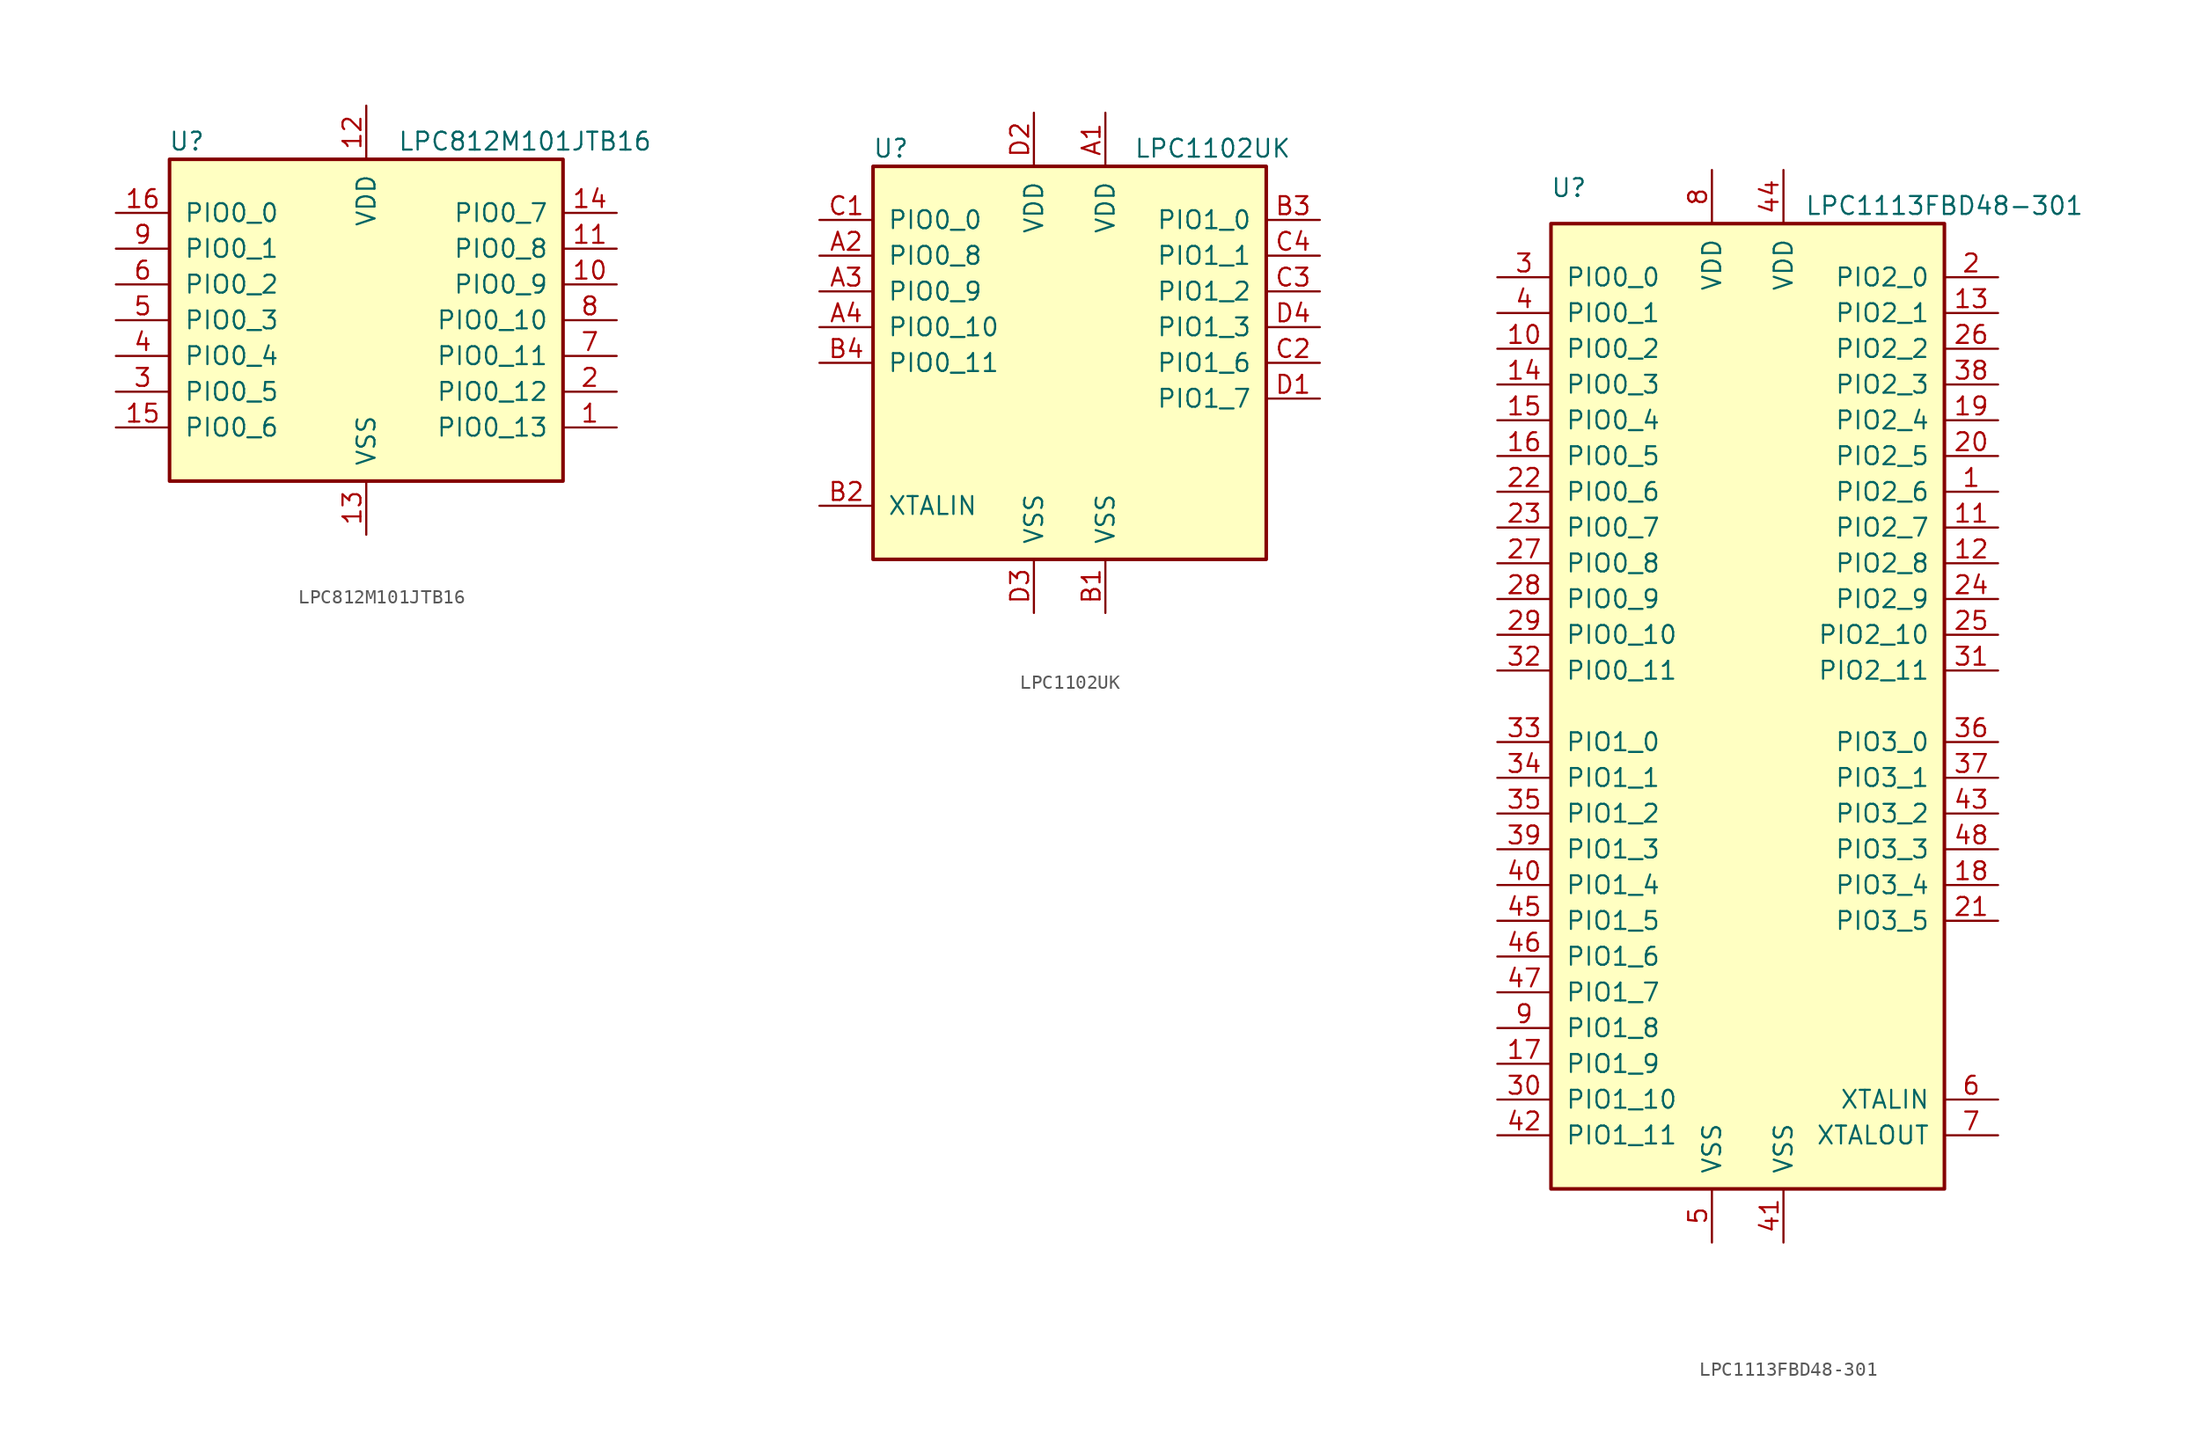
<source format=kicad_sym>
(kicad_symbol_lib
  (version 20231120)
  (generator "kicad_symbol_editor")
  (generator_version "8.0")
  (symbol "LPC812M101JTB16"
    (pin_names
      (offset 1.016))
    (property "Reference" "U"
      (at -11.43 12.7 0)
      (effects (font (size 1.27 1.27)) (justify right)))
    (property "Value" "LPC812M101JTB16"
      (at 20.32 12.7 0)
      (effects (font (size 1.27 1.27)) (justify right)))
    (symbol "LPC812M101JTB16_0_1"
      (rectangle (start 13.97 11.43) (end -13.97 -11.43) (stroke (width 0.254) (type default)) (fill (type background))))
    (symbol "LPC812M101JTB16_1_1"
      (pin bidirectional line (at 17.78 -7.62 180) (length 3.81) (name "PIO0_13" (effects (font (size 1.27 1.27)))) (number "1" (effects (font (size 1.27 1.27)))))
      (pin bidirectional line (at 17.78 2.54 180) (length 3.81) (name "PIO0_9" (effects (font (size 1.27 1.27)))) (number "10" (effects (font (size 1.27 1.27)))))
      (pin bidirectional line (at 17.78 5.08 180) (length 3.81) (name "PIO0_8" (effects (font (size 1.27 1.27)))) (number "11" (effects (font (size 1.27 1.27)))))
      (pin power_in line (at 0 15.24 270) (length 3.81) (name "VDD" (effects (font (size 1.27 1.27)))) (number "12" (effects (font (size 1.27 1.27)))))
      (pin power_in line (at 0 -15.24 90) (length 3.81) (name "VSS" (effects (font (size 1.27 1.27)))) (number "13" (effects (font (size 1.27 1.27)))))
      (pin bidirectional line (at 17.78 7.62 180) (length 3.81) (name "PIO0_7" (effects (font (size 1.27 1.27)))) (number "14" (effects (font (size 1.27 1.27)))))
      (pin bidirectional line (at -17.78 -7.62 0) (length 3.81) (name "PIO0_6" (effects (font (size 1.27 1.27)))) (number "15" (effects (font (size 1.27 1.27)))))
      (pin bidirectional line (at -17.78 7.62 0) (length 3.81) (name "PIO0_0" (effects (font (size 1.27 1.27)))) (number "16" (effects (font (size 1.27 1.27)))))
      (pin bidirectional line (at 17.78 -5.08 180) (length 3.81) (name "PIO0_12" (effects (font (size 1.27 1.27)))) (number "2" (effects (font (size 1.27 1.27)))))
      (pin bidirectional line (at -17.78 -5.08 0) (length 3.81) (name "PIO0_5" (effects (font (size 1.27 1.27)))) (number "3" (effects (font (size 1.27 1.27)))))
      (pin bidirectional line (at -17.78 -2.54 0) (length 3.81) (name "PIO0_4" (effects (font (size 1.27 1.27)))) (number "4" (effects (font (size 1.27 1.27)))))
      (pin bidirectional line (at -17.78 0 0) (length 3.81) (name "PIO0_3" (effects (font (size 1.27 1.27)))) (number "5" (effects (font (size 1.27 1.27)))))
      (pin bidirectional line (at -17.78 2.54 0) (length 3.81) (name "PIO0_2" (effects (font (size 1.27 1.27)))) (number "6" (effects (font (size 1.27 1.27)))))
      (pin bidirectional line (at 17.78 -2.54 180) (length 3.81) (name "PIO0_11" (effects (font (size 1.27 1.27)))) (number "7" (effects (font (size 1.27 1.27)))))
      (pin bidirectional line (at 17.78 0 180) (length 3.81) (name "PIO0_10" (effects (font (size 1.27 1.27)))) (number "8" (effects (font (size 1.27 1.27)))))
      (pin bidirectional line (at -17.78 5.08 0) (length 3.81) (name "PIO0_1" (effects (font (size 1.27 1.27)))) (number "9" (effects (font (size 1.27 1.27)))))))
  (symbol "LPC1102UK"
    (pin_names
      (offset 1.016))
    (property "Reference" "U"
      (at -12.7 15.24 0)
      (effects (font (size 1.27 1.27))))
    (property "Value" "LPC1102UK"
      (at 10.16 15.24 0)
      (effects (font (size 1.27 1.27))))
    (symbol "LPC1102UK_0_1"
      (rectangle (start -13.97 13.97) (end 13.97 -13.97) (stroke (width 0.254) (type default)) (fill (type background))))
    (symbol "LPC1102UK_1_1"
      (pin power_in line (at 2.54 17.78 270) (length 3.81) (name "VDD" (effects (font (size 1.27 1.27)))) (number "A1" (effects (font (size 1.27 1.27)))))
      (pin bidirectional line (at -17.78 7.62 0) (length 3.81) (name "PIO0_8" (effects (font (size 1.27 1.27)))) (number "A2" (effects (font (size 1.27 1.27)))))
      (pin bidirectional line (at -17.78 5.08 0) (length 3.81) (name "PIO0_9" (effects (font (size 1.27 1.27)))) (number "A3" (effects (font (size 1.27 1.27)))))
      (pin bidirectional line (at -17.78 2.54 0) (length 3.81) (name "PIO0_10" (effects (font (size 1.27 1.27)))) (number "A4" (effects (font (size 1.27 1.27)))))
      (pin power_in line (at 2.54 -17.78 90) (length 3.81) (name "VSS" (effects (font (size 1.27 1.27)))) (number "B1" (effects (font (size 1.27 1.27)))))
      (pin input line (at -17.78 -10.16 0) (length 3.81) (name "XTALIN" (effects (font (size 1.27 1.27)))) (number "B2" (effects (font (size 1.27 1.27)))))
      (pin bidirectional line (at 17.78 10.16 180) (length 3.81) (name "PIO1_0" (effects (font (size 1.27 1.27)))) (number "B3" (effects (font (size 1.27 1.27)))))
      (pin bidirectional line (at -17.78 0 0) (length 3.81) (name "PIO0_11" (effects (font (size 1.27 1.27)))) (number "B4" (effects (font (size 1.27 1.27)))))
      (pin bidirectional line (at -17.78 10.16 0) (length 3.81) (name "PIO0_0" (effects (font (size 1.27 1.27)))) (number "C1" (effects (font (size 1.27 1.27)))))
      (pin bidirectional line (at 17.78 0 180) (length 3.81) (name "PIO1_6" (effects (font (size 1.27 1.27)))) (number "C2" (effects (font (size 1.27 1.27)))))
      (pin bidirectional line (at 17.78 5.08 180) (length 3.81) (name "PIO1_2" (effects (font (size 1.27 1.27)))) (number "C3" (effects (font (size 1.27 1.27)))))
      (pin bidirectional line (at 17.78 7.62 180) (length 3.81) (name "PIO1_1" (effects (font (size 1.27 1.27)))) (number "C4" (effects (font (size 1.27 1.27)))))
      (pin bidirectional line (at 17.78 -2.54 180) (length 3.81) (name "PIO1_7" (effects (font (size 1.27 1.27)))) (number "D1" (effects (font (size 1.27 1.27)))))
      (pin power_in line (at -2.54 17.78 270) (length 3.81) (name "VDD" (effects (font (size 1.27 1.27)))) (number "D2" (effects (font (size 1.27 1.27)))))
      (pin power_in line (at -2.54 -17.78 90) (length 3.81) (name "VSS" (effects (font (size 1.27 1.27)))) (number "D3" (effects (font (size 1.27 1.27)))))
      (pin bidirectional line (at 17.78 2.54 180) (length 3.81) (name "PIO1_3" (effects (font (size 1.27 1.27)))) (number "D4" (effects (font (size 1.27 1.27)))))))
  (symbol "LPC1113FBD48-301"
    (pin_names
      (offset 1.016))
    (property "Reference" "U"
      (at -12.7 36.83 0)
      (effects (font (size 1.27 1.27))))
    (property "Value" "LPC1113FBD48-301"
      (at 13.97 35.56 0)
      (effects (font (size 1.27 1.27))))
    (symbol "LPC1113FBD48-301_0_1"
      (rectangle (start -13.97 34.29) (end 13.97 -34.29) (stroke (width 0.254) (type default)) (fill (type background))))
    (symbol "LPC1113FBD48-301_1_1"
      (pin bidirectional line (at 17.78 15.24 180) (length 3.81) (name "PIO2_6" (effects (font (size 1.27 1.27)))) (number "1" (effects (font (size 1.27 1.27)))))
      (pin bidirectional line (at -17.78 25.4 0) (length 3.81) (name "PIO0_2" (effects (font (size 1.27 1.27)))) (number "10" (effects (font (size 1.27 1.27)))))
      (pin bidirectional line (at 17.78 12.7 180) (length 3.81) (name "PIO2_7" (effects (font (size 1.27 1.27)))) (number "11" (effects (font (size 1.27 1.27)))))
      (pin bidirectional line (at 17.78 10.16 180) (length 3.81) (name "PIO2_8" (effects (font (size 1.27 1.27)))) (number "12" (effects (font (size 1.27 1.27)))))
      (pin bidirectional line (at 17.78 27.94 180) (length 3.81) (name "PIO2_1" (effects (font (size 1.27 1.27)))) (number "13" (effects (font (size 1.27 1.27)))))
      (pin bidirectional line (at -17.78 22.86 0) (length 3.81) (name "PIO0_3" (effects (font (size 1.27 1.27)))) (number "14" (effects (font (size 1.27 1.27)))))
      (pin bidirectional line (at -17.78 20.32 0) (length 3.81) (name "PIO0_4" (effects (font (size 1.27 1.27)))) (number "15" (effects (font (size 1.27 1.27)))))
      (pin bidirectional line (at -17.78 17.78 0) (length 3.81) (name "PIO0_5" (effects (font (size 1.27 1.27)))) (number "16" (effects (font (size 1.27 1.27)))))
      (pin bidirectional line (at -17.78 -25.4 0) (length 3.81) (name "PIO1_9" (effects (font (size 1.27 1.27)))) (number "17" (effects (font (size 1.27 1.27)))))
      (pin bidirectional line (at 17.78 -12.7 180) (length 3.81) (name "PIO3_4" (effects (font (size 1.27 1.27)))) (number "18" (effects (font (size 1.27 1.27)))))
      (pin bidirectional line (at 17.78 20.32 180) (length 3.81) (name "PIO2_4" (effects (font (size 1.27 1.27)))) (number "19" (effects (font (size 1.27 1.27)))))
      (pin bidirectional line (at 17.78 30.48 180) (length 3.81) (name "PIO2_0" (effects (font (size 1.27 1.27)))) (number "2" (effects (font (size 1.27 1.27)))))
      (pin bidirectional line (at 17.78 17.78 180) (length 3.81) (name "PIO2_5" (effects (font (size 1.27 1.27)))) (number "20" (effects (font (size 1.27 1.27)))))
      (pin bidirectional line (at 17.78 -15.24 180) (length 3.81) (name "PIO3_5" (effects (font (size 1.27 1.27)))) (number "21" (effects (font (size 1.27 1.27)))))
      (pin bidirectional line (at -17.78 15.24 0) (length 3.81) (name "PIO0_6" (effects (font (size 1.27 1.27)))) (number "22" (effects (font (size 1.27 1.27)))))
      (pin bidirectional line (at -17.78 12.7 0) (length 3.81) (name "PIO0_7" (effects (font (size 1.27 1.27)))) (number "23" (effects (font (size 1.27 1.27)))))
      (pin bidirectional line (at 17.78 7.62 180) (length 3.81) (name "PIO2_9" (effects (font (size 1.27 1.27)))) (number "24" (effects (font (size 1.27 1.27)))))
      (pin bidirectional line (at 17.78 5.08 180) (length 3.81) (name "PIO2_10" (effects (font (size 1.27 1.27)))) (number "25" (effects (font (size 1.27 1.27)))))
      (pin bidirectional line (at 17.78 25.4 180) (length 3.81) (name "PIO2_2" (effects (font (size 1.27 1.27)))) (number "26" (effects (font (size 1.27 1.27)))))
      (pin bidirectional line (at -17.78 10.16 0) (length 3.81) (name "PIO0_8" (effects (font (size 1.27 1.27)))) (number "27" (effects (font (size 1.27 1.27)))))
      (pin bidirectional line (at -17.78 7.62 0) (length 3.81) (name "PIO0_9" (effects (font (size 1.27 1.27)))) (number "28" (effects (font (size 1.27 1.27)))))
      (pin bidirectional line (at -17.78 5.08 0) (length 3.81) (name "PIO0_10" (effects (font (size 1.27 1.27)))) (number "29" (effects (font (size 1.27 1.27)))))
      (pin bidirectional line (at -17.78 30.48 0) (length 3.81) (name "PIO0_0" (effects (font (size 1.27 1.27)))) (number "3" (effects (font (size 1.27 1.27)))))
      (pin bidirectional line (at -17.78 -27.94 0) (length 3.81) (name "PIO1_10" (effects (font (size 1.27 1.27)))) (number "30" (effects (font (size 1.27 1.27)))))
      (pin bidirectional line (at 17.78 2.54 180) (length 3.81) (name "PIO2_11" (effects (font (size 1.27 1.27)))) (number "31" (effects (font (size 1.27 1.27)))))
      (pin bidirectional line (at -17.78 2.54 0) (length 3.81) (name "PIO0_11" (effects (font (size 1.27 1.27)))) (number "32" (effects (font (size 1.27 1.27)))))
      (pin bidirectional line (at -17.78 -2.54 0) (length 3.81) (name "PIO1_0" (effects (font (size 1.27 1.27)))) (number "33" (effects (font (size 1.27 1.27)))))
      (pin bidirectional line (at -17.78 -5.08 0) (length 3.81) (name "PIO1_1" (effects (font (size 1.27 1.27)))) (number "34" (effects (font (size 1.27 1.27)))))
      (pin bidirectional line (at -17.78 -7.62 0) (length 3.81) (name "PIO1_2" (effects (font (size 1.27 1.27)))) (number "35" (effects (font (size 1.27 1.27)))))
      (pin bidirectional line (at 17.78 -2.54 180) (length 3.81) (name "PIO3_0" (effects (font (size 1.27 1.27)))) (number "36" (effects (font (size 1.27 1.27)))))
      (pin bidirectional line (at 17.78 -5.08 180) (length 3.81) (name "PIO3_1" (effects (font (size 1.27 1.27)))) (number "37" (effects (font (size 1.27 1.27)))))
      (pin bidirectional line (at 17.78 22.86 180) (length 3.81) (name "PIO2_3" (effects (font (size 1.27 1.27)))) (number "38" (effects (font (size 1.27 1.27)))))
      (pin bidirectional line (at -17.78 -10.16 0) (length 3.81) (name "PIO1_3" (effects (font (size 1.27 1.27)))) (number "39" (effects (font (size 1.27 1.27)))))
      (pin bidirectional line (at -17.78 27.94 0) (length 3.81) (name "PIO0_1" (effects (font (size 1.27 1.27)))) (number "4" (effects (font (size 1.27 1.27)))))
      (pin bidirectional line (at -17.78 -12.7 0) (length 3.81) (name "PIO1_4" (effects (font (size 1.27 1.27)))) (number "40" (effects (font (size 1.27 1.27)))))
      (pin power_in line (at 2.54 -38.1 90) (length 3.81) (name "VSS" (effects (font (size 1.27 1.27)))) (number "41" (effects (font (size 1.27 1.27)))))
      (pin bidirectional line (at -17.78 -30.48 0) (length 3.81) (name "PIO1_11" (effects (font (size 1.27 1.27)))) (number "42" (effects (font (size 1.27 1.27)))))
      (pin bidirectional line (at 17.78 -7.62 180) (length 3.81) (name "PIO3_2" (effects (font (size 1.27 1.27)))) (number "43" (effects (font (size 1.27 1.27)))))
      (pin power_in line (at 2.54 38.1 270) (length 3.81) (name "VDD" (effects (font (size 1.27 1.27)))) (number "44" (effects (font (size 1.27 1.27)))))
      (pin bidirectional line (at -17.78 -15.24 0) (length 3.81) (name "PIO1_5" (effects (font (size 1.27 1.27)))) (number "45" (effects (font (size 1.27 1.27)))))
      (pin bidirectional line (at -17.78 -17.78 0) (length 3.81) (name "PIO1_6" (effects (font (size 1.27 1.27)))) (number "46" (effects (font (size 1.27 1.27)))))
      (pin bidirectional line (at -17.78 -20.32 0) (length 3.81) (name "PIO1_7" (effects (font (size 1.27 1.27)))) (number "47" (effects (font (size 1.27 1.27)))))
      (pin bidirectional line (at 17.78 -10.16 180) (length 3.81) (name "PIO3_3" (effects (font (size 1.27 1.27)))) (number "48" (effects (font (size 1.27 1.27)))))
      (pin power_in line (at -2.54 -38.1 90) (length 3.81) (name "VSS" (effects (font (size 1.27 1.27)))) (number "5" (effects (font (size 1.27 1.27)))))
      (pin input line (at 17.78 -27.94 180) (length 3.81) (name "XTALIN" (effects (font (size 1.27 1.27)))) (number "6" (effects (font (size 1.27 1.27)))))
      (pin output line (at 17.78 -30.48 180) (length 3.81) (name "XTALOUT" (effects (font (size 1.27 1.27)))) (number "7" (effects (font (size 1.27 1.27)))))
      (pin power_in line (at -2.54 38.1 270) (length 3.81) (name "VDD" (effects (font (size 1.27 1.27)))) (number "8" (effects (font (size 1.27 1.27)))))
      (pin bidirectional line (at -17.78 -22.86 0) (length 3.81) (name "PIO1_8" (effects (font (size 1.27 1.27)))) (number "9" (effects (font (size 1.27 1.27))))))))
</source>
